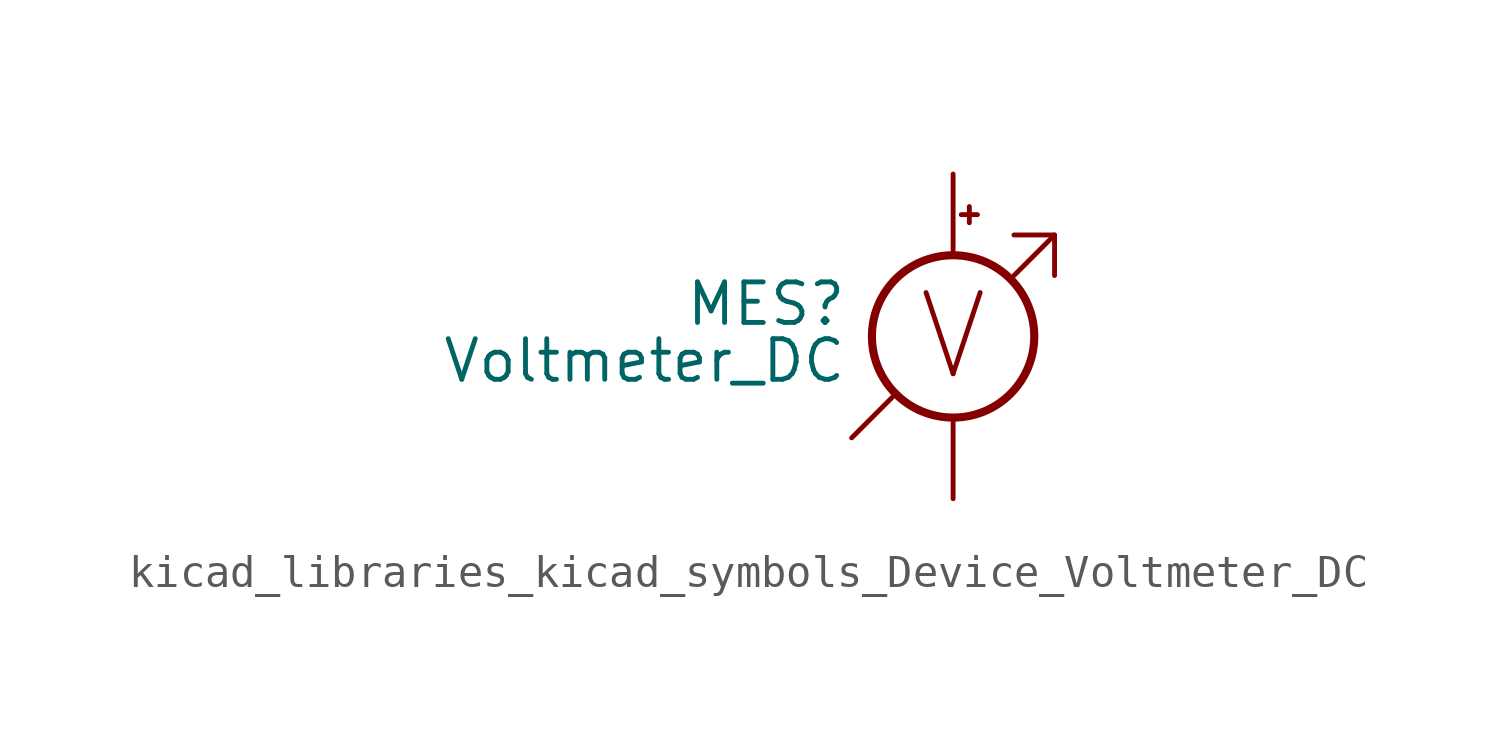
<source format=kicad_sym>
(kicad_symbol_lib
  (version 20220914)
  (generator kicad_symbol_editor)
  (symbol "kicad_libraries_kicad_symbols_Device_Voltmeter_DC"
    (pin_numbers hide)
    (pin_names
      (offset 0.025) hide)
    (property "Reference" "MES"
      (at -3.302 1.016 0)
      (effects (font (size 1.27 1.27)) (justify right)))
    (property "Value" "Voltmeter_DC"
      (at -3.302 -0.762 0)
      (effects (font (size 1.27 1.27)) (justify right)))
    (symbol "kicad_libraries_kicad_symbols_Device_Voltmeter_DC_0_0"
      (polyline (pts (xy -3.175 -3.175) (xy -1.905 -1.905)) (stroke (width 0) (type default)) (fill (type none)))
      (polyline (pts (xy 1.905 1.905) (xy 3.175 3.175)) (stroke (width 0) (type default)) (fill (type none)))
      (polyline (pts (xy 1.905 3.175) (xy 3.175 3.175) (xy 3.175 1.905)) (stroke (width 0) (type default)) (fill (type none)))
      (text "V" (at 0 0 0) (effects (font (size 2.54 2.54)))))
    (symbol "kicad_libraries_kicad_symbols_Device_Voltmeter_DC_0_1"
      (polyline (pts (xy 0.254 3.81) (xy 0.762 3.81)) (stroke (width 0) (type default)) (fill (type none)))
      (polyline (pts (xy 0.508 4.064) (xy 0.508 3.556)) (stroke (width 0) (type default)) (fill (type none)))
      (circle (center 0 0) (radius 2.54) (stroke (width 0.254) (type default)) (fill (type none))))
    (symbol "kicad_libraries_kicad_symbols_Device_Voltmeter_DC_1_1"
      (pin passive line (at 0 -5.08 90) (length 2.54) (name "-" (effects (font (size 1.27 1.27)))) (number "1" (effects (font (size 1.27 1.27)))))
      (pin passive line (at 0 5.08 270) (length 2.54) (name "+" (effects (font (size 1.27 1.27)))) (number "2" (effects (font (size 1.27 1.27))))))))
</source>
